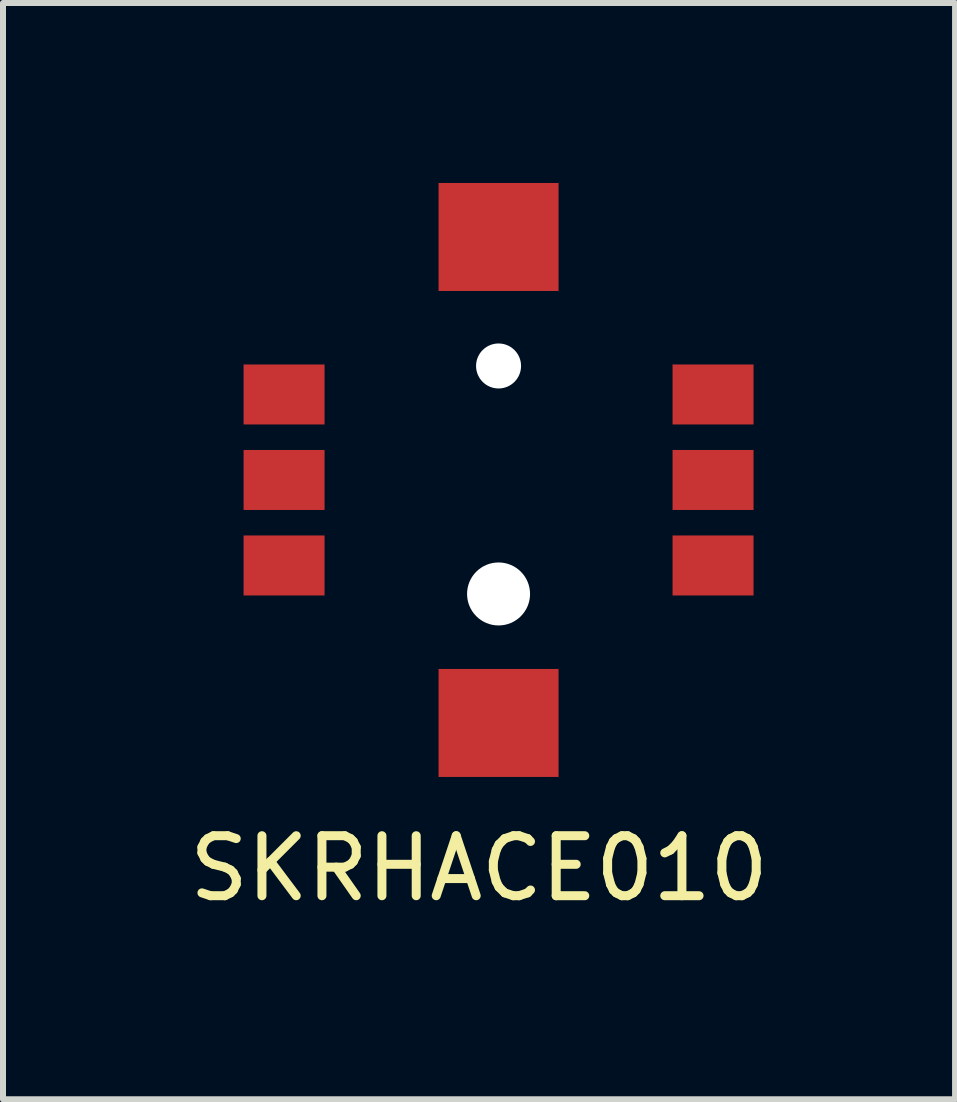
<source format=kicad_pcb>
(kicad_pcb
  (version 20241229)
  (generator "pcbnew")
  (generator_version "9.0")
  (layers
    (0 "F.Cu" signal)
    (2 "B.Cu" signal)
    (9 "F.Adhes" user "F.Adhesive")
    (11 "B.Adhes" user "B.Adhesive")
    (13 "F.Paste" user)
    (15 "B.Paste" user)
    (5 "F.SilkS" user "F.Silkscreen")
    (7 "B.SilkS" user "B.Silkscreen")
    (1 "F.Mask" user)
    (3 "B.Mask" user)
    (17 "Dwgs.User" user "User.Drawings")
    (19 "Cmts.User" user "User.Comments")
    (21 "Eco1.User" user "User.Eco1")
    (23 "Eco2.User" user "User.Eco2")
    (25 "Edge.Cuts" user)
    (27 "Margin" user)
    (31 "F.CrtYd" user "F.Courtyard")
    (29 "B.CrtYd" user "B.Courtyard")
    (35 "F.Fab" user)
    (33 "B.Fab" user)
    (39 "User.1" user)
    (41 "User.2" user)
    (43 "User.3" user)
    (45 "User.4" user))
  (footprint "SKRHACE010"
    (layer "F.Cu")
    (at 5.26 4.95)
    (property "Reference" "SKRHACE010" (at -0.325 6.475 0) (layer "F.SilkS") (effects (font (size 1 1) (thickness 0.15))))
    (attr through_hole)
    (pad "" smd rect (at 0 -4.05 90) (size 1.8 2) (layers "F.Cu" "F.Mask" "F.Paste"))
    (pad "" np_thru_hole circle (at 0 -1.9 180) (size 0.75 0.75) (drill 0.75) (layers "*.Cu" "*.Mask"))
    (pad "" np_thru_hole circle (at 0 1.9 90) (size 1.05 1.05) (drill 1.05) (layers "*.Cu" "*.Mask"))
    (pad "" smd rect (at 0 4.05 90) (size 1.8 2) (layers "F.Cu" "F.Mask" "F.Paste"))
    (pad "1" smd rect (at -3.575 -1.425 90) (size 1 1.35) (layers "F.Cu" "F.Mask" "F.Paste"))
    (pad "2" smd rect (at -3.575 0 90) (size 1 1.35) (layers "F.Cu" "F.Mask" "F.Paste"))
    (pad "3" smd rect (at -3.575 1.425 90) (size 1 1.35) (layers "F.Cu" "F.Mask" "F.Paste"))
    (pad "4" smd rect (at 3.575 -1.425 90) (size 1 1.35) (layers "F.Cu" "F.Mask" "F.Paste"))
    (pad "5" smd rect (at 3.575 0 90) (size 1 1.35) (layers "F.Cu" "F.Mask" "F.Paste"))
    (pad "6" smd rect (at 3.575 1.425 90) (size 1 1.35) (layers "F.Cu" "F.Mask" "F.Paste")))
  (gr_rect
    (start -3 -3)
    (end 12.869 15.273)
    (stroke (width 0.1) (type default))
    (fill no)
    (layer "Edge.Cuts")))
</source>
